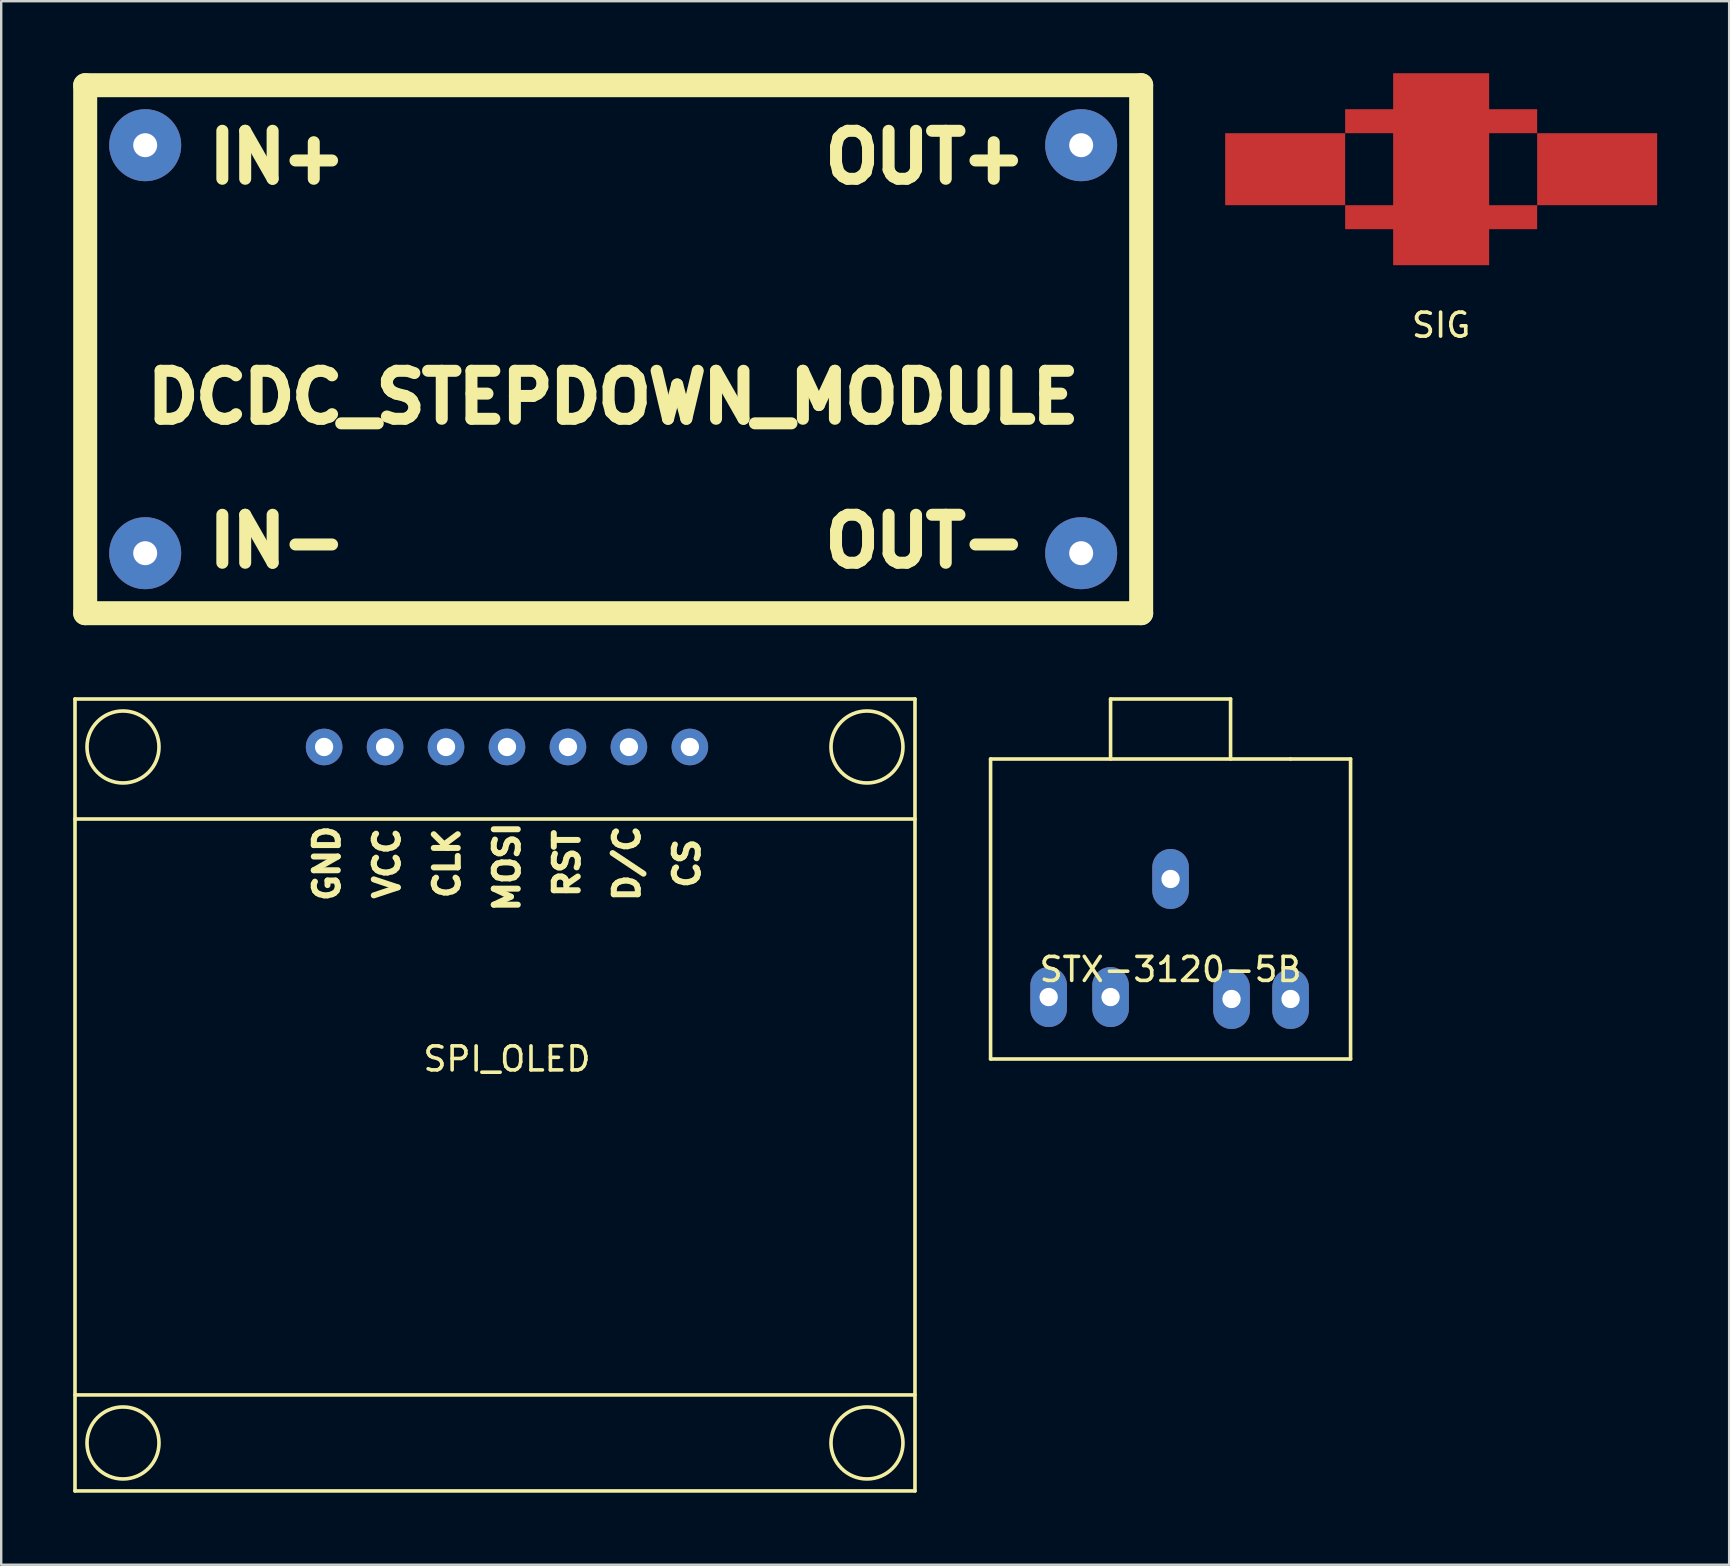
<source format=kicad_pcb>
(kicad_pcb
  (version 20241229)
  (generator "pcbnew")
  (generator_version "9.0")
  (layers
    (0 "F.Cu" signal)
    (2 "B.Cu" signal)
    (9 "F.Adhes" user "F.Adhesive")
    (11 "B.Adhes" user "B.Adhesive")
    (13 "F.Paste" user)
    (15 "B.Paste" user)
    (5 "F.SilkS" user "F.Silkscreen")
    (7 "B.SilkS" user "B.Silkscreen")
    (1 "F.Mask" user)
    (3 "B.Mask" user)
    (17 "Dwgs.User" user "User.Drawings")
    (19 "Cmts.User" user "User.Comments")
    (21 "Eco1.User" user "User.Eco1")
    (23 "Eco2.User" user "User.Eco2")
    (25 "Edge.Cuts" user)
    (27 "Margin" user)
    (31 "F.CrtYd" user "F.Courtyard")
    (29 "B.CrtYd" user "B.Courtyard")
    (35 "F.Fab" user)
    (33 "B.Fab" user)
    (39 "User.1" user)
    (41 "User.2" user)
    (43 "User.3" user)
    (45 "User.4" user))
  (footprint "SIG"
    (layer "F.Cu")
    (at 57 4)
    (property "Reference" "SIG" (at 0 6.5 0) (layer "F.SilkS") (effects (font (size 1 1) (thickness 0.15))))
    (attr through_hole)
    (pad "" smd rect (at -6.5 0 270) (size 3 5) (layers "F.Cu"))
    (pad "" smd rect (at 0 -2) (size 8 1) (layers "F.Cu"))
    (pad "" smd rect (at 0 0) (size 4 8) (layers "F.Cu"))
    (pad "" smd rect (at 0 2) (size 8 1) (layers "F.Cu"))
    (pad "" smd rect (at 6.5 0 270) (size 3 5) (layers "F.Cu")))
  (footprint "DCDC_STEPDOWN_MODULE"
    (layer "F.Cu")
    (at 22.5 11.5)
    (property "Reference" "DCDC_STEPDOWN_MODULE" (at 0 2 0) (layer "F.SilkS") (effects (font (size 2 2) (thickness 0.5))))
    (attr through_hole)
    (fp_line (start -22 -11) (end 22 -11) (stroke (width 1) (type solid)) (layer "F.SilkS"))
    (fp_line (start -22 11) (end -22 -11) (stroke (width 1) (type solid)) (layer "F.SilkS"))
    (fp_line (start 22 -11) (end 22 11) (stroke (width 1) (type solid)) (layer "F.SilkS"))
    (fp_line (start 22 11) (end -22 11) (stroke (width 1) (type solid)) (layer "F.SilkS"))
    (fp_text user "IN-" (at -14 8 0) (layer "F.SilkS") (effects (font (size 2 2) (thickness 0.5))))
    (fp_text user "OUT-" (at 13 8 180) (layer "F.SilkS") (effects (font (size 2 2) (thickness 0.5))))
    (fp_text user "IN+" (at -14 -8 0) (layer "F.SilkS") (effects (font (size 2 2) (thickness 0.5))))
    (fp_text user "OUT+" (at 13 -8 180) (layer "F.SilkS") (effects (font (size 2 2) (thickness 0.5))))
    (pad "1" thru_hole circle (at -19.5 -8.5) (size 3 3) (drill 1) (layers "*.Cu" "*.Mask"))
    (pad "2" thru_hole circle (at -19.5 8.5) (size 3 3) (drill 1) (layers "*.Cu" "*.Mask"))
    (pad "3" thru_hole circle (at 19.5 8.5) (size 3 3) (drill 1) (layers "*.Cu" "*.Mask"))
    (pad "4" thru_hole circle (at 19.5 -8.5) (size 3 3) (drill 1) (layers "*.Cu" "*.Mask")))
  (footprint "SPI_OLED"
    (layer "F.Cu")
    (at 18.075 40.075)
    (property "Reference" "SPI_OLED" (at 0 1 0) (layer "F.SilkS") (effects (font (size 1 1) (thickness 0.15))))
    (attr through_hole)
    (fp_line (start -18 -14) (end 17 -14) (stroke (width 0.15) (type solid)) (layer "F.SilkS"))
    (fp_line (start -18 -9) (end 17 -9) (stroke (width 0.15) (type solid)) (layer "F.SilkS"))
    (fp_line (start -18 15) (end 17 15) (stroke (width 0.15) (type solid)) (layer "F.SilkS"))
    (fp_line (start -18 19) (end -18 -14) (stroke (width 0.15) (type solid)) (layer "F.SilkS"))
    (fp_line (start 17 -14) (end 17 19) (stroke (width 0.15) (type solid)) (layer "F.SilkS"))
    (fp_line (start 17 19) (end -18 19) (stroke (width 0.15) (type solid)) (layer "F.SilkS"))
    (fp_circle (center -16 -12) (end -14.5 -12) (stroke (width 0.15) (type solid)) (fill no) (layer "F.SilkS"))
    (fp_circle (center -16 17) (end -14.5 17) (stroke (width 0.15) (type solid)) (fill no) (layer "F.SilkS"))
    (fp_circle (center 15 -12) (end 16.5 -12) (stroke (width 0.15) (type solid)) (fill no) (layer "F.SilkS"))
    (fp_circle (center 15 17) (end 16.5 17) (stroke (width 0.15) (type solid)) (fill no) (layer "F.SilkS"))
    (fp_text user "CLK" (at -2.5 -7.15 270) (layer "F.SilkS") (effects (font (size 1 1) (thickness 0.25))))
    (fp_text user "GND" (at -7.5 -7.15 270) (layer "F.SilkS") (effects (font (size 1 1) (thickness 0.25))))
    (fp_text user "VCC" (at -5 -7.15 270) (layer "F.SilkS") (effects (font (size 1 1) (thickness 0.25))))
    (fp_text user "MOSI" (at 0 -7 270) (layer "F.SilkS") (effects (font (size 1 1) (thickness 0.25))))
    (fp_text user "D/C" (at 5 -7.15 270) (layer "F.SilkS") (effects (font (size 1 1) (thickness 0.25))))
    (fp_text user "CS" (at 7.5 -7.15 270) (layer "F.SilkS") (effects (font (size 1 1) (thickness 0.25))))
    (fp_text user "RST" (at 2.5 -7.15 270) (layer "F.SilkS") (effects (font (size 1 1) (thickness 0.25))))
    (pad "1" thru_hole circle (at -7.62 -12) (size 1.524 1.524) (drill 0.762) (layers "*.Cu" "*.Mask"))
    (pad "2" thru_hole circle (at -5.08 -12) (size 1.524 1.524) (drill 0.762) (layers "*.Cu" "*.Mask"))
    (pad "3" thru_hole circle (at -2.54 -12) (size 1.524 1.524) (drill 0.762) (layers "*.Cu" "*.Mask"))
    (pad "4" thru_hole circle (at 0 -12) (size 1.524 1.524) (drill 0.762) (layers "*.Cu" "*.Mask"))
    (pad "5" thru_hole circle (at 2.54 -12) (size 1.524 1.524) (drill 0.762) (layers "*.Cu" "*.Mask"))
    (pad "6" thru_hole circle (at 5.08 -12) (size 1.524 1.524) (drill 0.762) (layers "*.Cu" "*.Mask"))
    (pad "7" thru_hole circle (at 7.62 -12) (size 1.524 1.524) (drill 0.762) (layers "*.Cu" "*.Mask")))
  (footprint "STX-3120-5B"
    (layer "F.Cu")
    (at 45.725 36.075)
    (property "Reference" "STX-3120-5B" (at 0 1.27 0) (layer "F.SilkS") (effects (font (size 1 1) (thickness 0.15))))
    (attr through_hole)
    (fp_line (start -7.5 -7.5) (end 5 -7.5) (stroke (width 0.15) (type solid)) (layer "F.SilkS"))
    (fp_line (start -7.5 5) (end -7.5 -7.5) (stroke (width 0.15) (type solid)) (layer "F.SilkS"))
    (fp_line (start -2.5 -10) (end 2.5 -10) (stroke (width 0.15) (type solid)) (layer "F.SilkS"))
    (fp_line (start -2.5 -7.5) (end -2.5 -10) (stroke (width 0.15) (type solid)) (layer "F.SilkS"))
    (fp_line (start 2.5 -10) (end 2.5 -7.5) (stroke (width 0.15) (type solid)) (layer "F.SilkS"))
    (fp_line (start 5 -7.5) (end 7.5 -7.5) (stroke (width 0.15) (type solid)) (layer "F.SilkS"))
    (fp_line (start 7.5 -7.5) (end 7.5 5) (stroke (width 0.15) (type solid)) (layer "F.SilkS"))
    (fp_line (start 7.5 5) (end -7.5 5) (stroke (width 0.15) (type solid)) (layer "F.SilkS"))
    (pad "G" thru_hole oval (at 0 -2.5) (size 1.524 2.5) (drill 0.762) (layers "*.Cu" "*.Mask"))
    (pad "S" thru_hole oval (at 5 2.5) (size 1.524 2.5) (drill 0.762) (layers "*.Cu" "*.Mask"))
    (pad "Sn" thru_hole oval (at 2.54 2.5) (size 1.524 2.5) (drill 0.762) (layers "*.Cu" "*.Mask"))
    (pad "T" thru_hole oval (at -5.08 2.42) (size 1.524 2.5) (drill 0.762) (layers "*.Cu" "*.Mask"))
    (pad "Tn" thru_hole oval (at -2.5 2.42) (size 1.524 2.5) (drill 0.762) (layers "*.Cu" "*.Mask")))
  (gr_rect
    (start -3 -3)
    (end 69 62.15)
    (stroke (width 0.1) (type default))
    (fill no)
    (layer "Edge.Cuts")))
</source>
